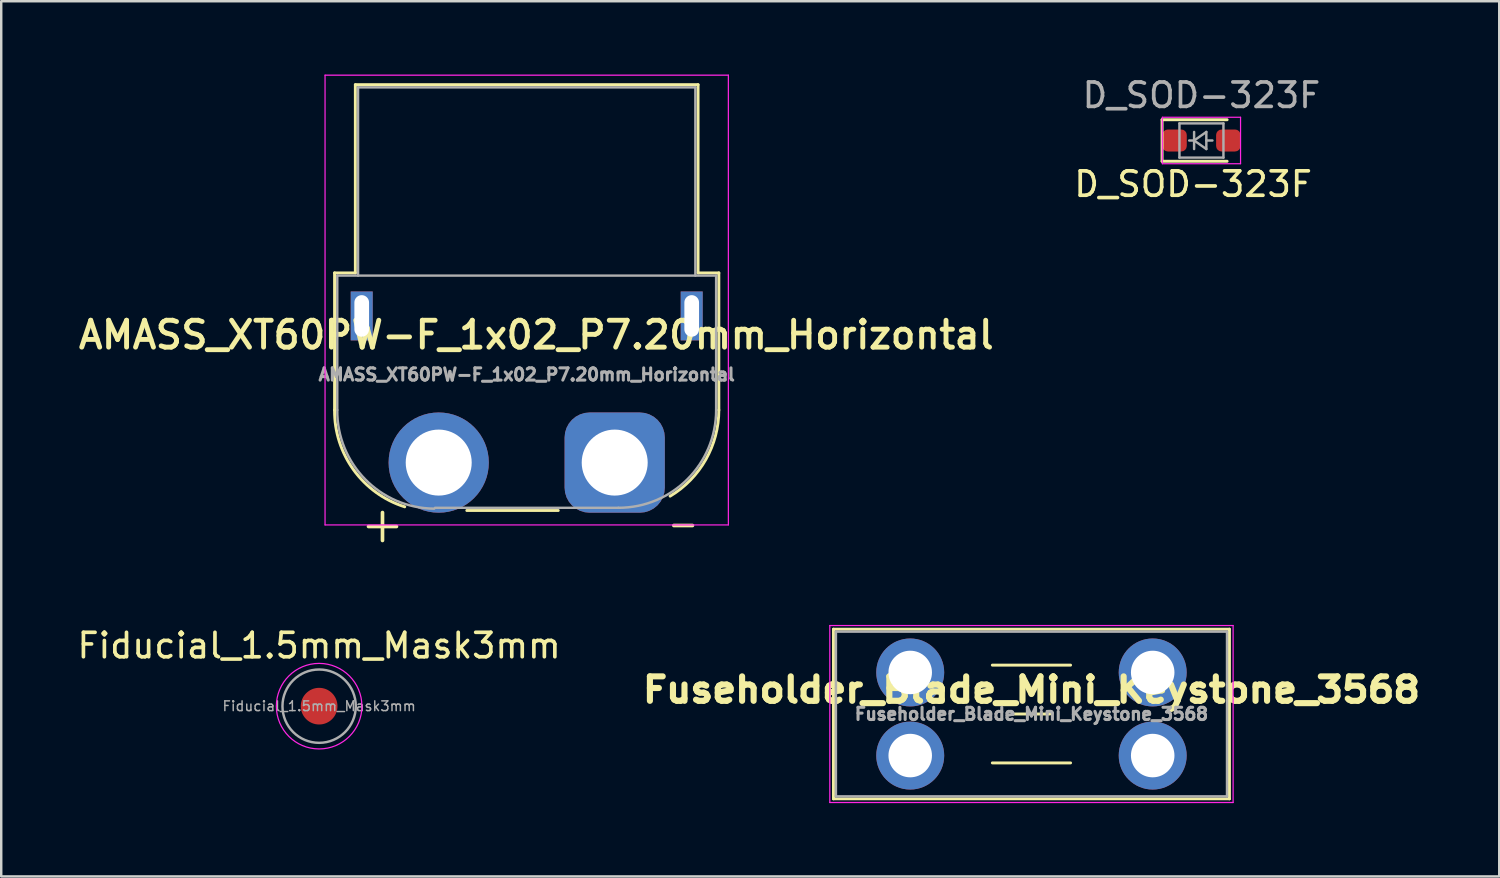
<source format=kicad_pcb>
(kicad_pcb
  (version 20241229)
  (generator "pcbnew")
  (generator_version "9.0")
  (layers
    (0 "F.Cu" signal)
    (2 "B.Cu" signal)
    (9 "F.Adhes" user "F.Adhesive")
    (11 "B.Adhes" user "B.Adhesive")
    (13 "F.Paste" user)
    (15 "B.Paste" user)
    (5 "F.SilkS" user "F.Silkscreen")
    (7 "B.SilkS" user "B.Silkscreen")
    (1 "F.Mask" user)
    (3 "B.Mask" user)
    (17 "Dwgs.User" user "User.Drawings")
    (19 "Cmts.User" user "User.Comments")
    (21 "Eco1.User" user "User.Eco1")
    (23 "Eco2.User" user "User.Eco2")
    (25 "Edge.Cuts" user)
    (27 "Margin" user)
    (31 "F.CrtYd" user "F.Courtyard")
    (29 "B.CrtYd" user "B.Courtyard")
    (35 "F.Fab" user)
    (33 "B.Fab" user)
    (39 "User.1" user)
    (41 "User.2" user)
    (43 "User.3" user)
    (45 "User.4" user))
  (footprint "Fiducial_1.5mm_Mask3mm"
    (layer "F.Cu")
    (at 10.006 25.84)
    (property "Reference" "Fiducial_1.5mm_Mask3mm" (at 0 -2.477 0) (layer "F.SilkS") (effects (font (size 1 1) (thickness 0.15))))
    (attr smd exclude_from_bom)
    (fp_circle (center 0 0) (end 1.75 0) (stroke (width 0.05) (type solid)) (fill no) (layer "F.CrtYd"))
    (fp_circle (center 0 0) (end 1.5 0) (stroke (width 0.1) (type solid)) (fill no) (layer "F.Fab"))
    (fp_text user "${REFERENCE}" (at 0 0 0) (layer "F.Fab") (effects (font (size 0.4 0.4) (thickness 0.06))))
    (pad "" smd circle (at 0 0) (size 1.5 1.5) (layers "F.Cu" "F.Mask")))
  (footprint "Fuseholder_Blade_Mini_Keystone_3568"
    (layer "F.Cu")
    (at 34.188 24.461)
    (property "Reference" "Fuseholder_Blade_Mini_Keystone_3568" (at 4.96 0.71 180) (layer "F.SilkS") (effects (font (size 1 1.1) (thickness 0.25))))
    (attr through_hole)
    (fp_line (start -3.14 -1.77) (end -3.14 5.17) (stroke (width 0.12) (type solid)) (layer "F.SilkS"))
    (fp_line (start -3.14 5.17) (end 13.06 5.17) (stroke (width 0.12) (type solid)) (layer "F.SilkS"))
    (fp_line (start 3.36 -0.3) (end 6.56 -0.3) (stroke (width 0.12) (type solid)) (layer "F.SilkS"))
    (fp_line (start 4.21 1.7) (end 5.71 1.7) (stroke (width 0.12) (type solid)) (layer "F.SilkS"))
    (fp_line (start 6.56 3.7) (end 3.36 3.7) (stroke (width 0.12) (type solid)) (layer "F.SilkS"))
    (fp_line (start 13.06 -1.77) (end -3.14 -1.77) (stroke (width 0.12) (type solid)) (layer "F.SilkS"))
    (fp_line (start 13.06 5.17) (end 13.06 -1.77) (stroke (width 0.12) (type solid)) (layer "F.SilkS"))
    (fp_line (start -3.29 -1.92) (end -3.29 5.32) (stroke (width 0.05) (type solid)) (layer "F.CrtYd"))
    (fp_line (start -3.29 5.32) (end 13.21 5.32) (stroke (width 0.05) (type solid)) (layer "F.CrtYd"))
    (fp_line (start 13.21 -1.92) (end -3.29 -1.92) (stroke (width 0.05) (type solid)) (layer "F.CrtYd"))
    (fp_line (start 13.21 5.32) (end 13.21 -1.92) (stroke (width 0.05) (type solid)) (layer "F.CrtYd"))
    (fp_line (start -3.04 -1.67) (end -3.04 5.07) (stroke (width 0.1) (type solid)) (layer "F.Fab"))
    (fp_line (start -3.04 5.07) (end 12.96 5.07) (stroke (width 0.1) (type solid)) (layer "F.Fab"))
    (fp_line (start 12.96 -1.67) (end -3.04 -1.67) (stroke (width 0.1) (type solid)) (layer "F.Fab"))
    (fp_line (start 12.96 5.07) (end 12.96 -1.67) (stroke (width 0.1) (type solid)) (layer "F.Fab"))
    (fp_text user "${REFERENCE}" (at 4.96 1.7 180) (layer "F.Fab") (effects (font (size 0.5 0.5) (thickness 0.2))))
    (pad "1" thru_hole circle (at 0 0) (size 2.78 2.78) (drill 1.78) (layers "*.Cu" "*.Mask"))
    (pad "1" thru_hole circle (at 0 3.4) (size 2.78 2.78) (drill 1.78) (layers "*.Cu" "*.Mask"))
    (pad "2" thru_hole circle (at 9.92 0) (size 2.78 2.78) (drill 1.78) (layers "*.Cu" "*.Mask"))
    (pad "2" thru_hole circle (at 9.92 3.4) (size 2.78 2.78) (drill 1.78) (layers "*.Cu" "*.Mask")))
  (footprint "D_SOD-323F"
    (layer "F.Cu")
    (at 46.102 2.698)
    (property "Reference" "D_SOD-323F" (at -0.34 1.785 0) (layer "F.SilkS") (effects (font (size 1 1) (thickness 0.15))))
    (attr smd)
    (fp_line (start -1.61 -0.85) (end -1.61 0.85) (stroke (width 0.12) (type solid)) (layer "F.SilkS"))
    (fp_line (start -1.61 -0.85) (end 1.05 -0.85) (stroke (width 0.12) (type solid)) (layer "F.SilkS"))
    (fp_line (start -1.61 0.85) (end 1.05 0.85) (stroke (width 0.12) (type solid)) (layer "F.SilkS"))
    (fp_line (start -1.6 -0.95) (end -1.6 0.95) (stroke (width 0.05) (type solid)) (layer "F.CrtYd"))
    (fp_line (start -1.6 -0.95) (end 1.6 -0.95) (stroke (width 0.05) (type solid)) (layer "F.CrtYd"))
    (fp_line (start -1.6 0.95) (end 1.6 0.95) (stroke (width 0.05) (type solid)) (layer "F.CrtYd"))
    (fp_line (start 1.6 -0.95) (end 1.6 0.95) (stroke (width 0.05) (type solid)) (layer "F.CrtYd"))
    (fp_line (start -0.9 -0.7) (end 0.9 -0.7) (stroke (width 0.1) (type solid)) (layer "F.Fab"))
    (fp_line (start -0.9 0.7) (end -0.9 -0.7) (stroke (width 0.1) (type solid)) (layer "F.Fab"))
    (fp_line (start -0.3 -0.35) (end -0.3 0.35) (stroke (width 0.1) (type solid)) (layer "F.Fab"))
    (fp_line (start -0.3 0) (end -0.5 0) (stroke (width 0.1) (type solid)) (layer "F.Fab"))
    (fp_line (start -0.3 0) (end 0.2 -0.35) (stroke (width 0.1) (type solid)) (layer "F.Fab"))
    (fp_line (start 0.2 -0.35) (end 0.2 0.35) (stroke (width 0.1) (type solid)) (layer "F.Fab"))
    (fp_line (start 0.2 0) (end 0.45 0) (stroke (width 0.1) (type solid)) (layer "F.Fab"))
    (fp_line (start 0.2 0.35) (end -0.3 0) (stroke (width 0.1) (type solid)) (layer "F.Fab"))
    (fp_line (start 0.9 -0.7) (end 0.9 0.7) (stroke (width 0.1) (type solid)) (layer "F.Fab"))
    (fp_line (start 0.9 0.7) (end -0.9 0.7) (stroke (width 0.1) (type solid)) (layer "F.Fab"))
    (fp_text user "${REFERENCE}" (at 0 -1.85 0) (layer "F.Fab") (effects (font (size 1 1) (thickness 0.15))))
    (pad "1" smd roundrect (at -1.1 0) (size 1 0.9) (layers "F.Cu" "F.Mask" "F.Paste") (roundrect_rratio 0.25))
    (pad "2" smd roundrect (at 1.1 0) (size 1 0.9) (layers "F.Cu" "F.Mask" "F.Paste") (roundrect_rratio 0.25)))
  (footprint "AMASS_XT60PW-F_1x02_P7.20mm_Horizontal"
    (layer "F.Cu")
    (at 22.098 15.875)
    (property "Reference" "AMASS_XT60PW-F_1x02_P7.20mm_Horizontal" (at -3.208 -5.222 0) (layer "F.SilkS") (effects (font (size 1.1 1.1) (thickness 0.2) (bold yes))))
    (attr through_hole)
    (fp_line (start -11.46 -7.76) (end -11.46 -2.15) (stroke (width 0.12) (type solid)) (layer "F.SilkS"))
    (fp_line (start -11.46 -7.76) (end -10.61 -7.76) (stroke (width 0.12) (type solid)) (layer "F.SilkS"))
    (fp_line (start -10.61 -15.46) (end -10.61 -7.76) (stroke (width 0.12) (type solid)) (layer "F.SilkS"))
    (fp_line (start -10.61 -15.46) (end 3.41 -15.46) (stroke (width 0.12) (type solid)) (layer "F.SilkS"))
    (fp_line (start -6.05 1.96) (end -2.31 1.96) (stroke (width 0.12) (type solid)) (layer "F.SilkS"))
    (fp_line (start 3.41 -15.46) (end 3.41 -7.76) (stroke (width 0.12) (type solid)) (layer "F.SilkS"))
    (fp_line (start 3.41 -7.76) (end 4.26 -7.76) (stroke (width 0.12) (type solid)) (layer "F.SilkS"))
    (fp_line (start 4.26 -7.76) (end 4.26 -2.15) (stroke (width 0.12) (type solid)) (layer "F.SilkS"))
    (fp_arc (start -8.5899 1.808718) (mid -10.677645 0.302568) (end -11.46 -2.15) (stroke (width 0.12) (type solid)) (layer "F.SilkS"))
    (fp_arc (start 4.26 -2.15) (mid 3.727162 -0.126139) (end 2.266806 1.372958) (stroke (width 0.12) (type solid)) (layer "F.SilkS"))
    (fp_line (start -11.85 -15.85) (end -11.85 2.55) (stroke (width 0.05) (type solid)) (layer "F.CrtYd"))
    (fp_line (start -11.85 -15.85) (end 4.65 -15.85) (stroke (width 0.05) (type solid)) (layer "F.CrtYd"))
    (fp_line (start 4.65 2.55) (end -11.85 2.55) (stroke (width 0.05) (type solid)) (layer "F.CrtYd"))
    (fp_line (start 4.65 2.55) (end 4.65 -15.85) (stroke (width 0.05) (type solid)) (layer "F.CrtYd"))
    (fp_line (start -11.35 -7.65) (end -11.35 -2.15) (stroke (width 0.1) (type solid)) (layer "F.Fab"))
    (fp_line (start -11.35 -7.65) (end 4.15 -7.65) (stroke (width 0.1) (type solid)) (layer "F.Fab"))
    (fp_line (start -10.5 -15.35) (end 3.3 -15.35) (stroke (width 0.1) (type solid)) (layer "F.Fab"))
    (fp_line (start -10.5 -7.65) (end -10.5 -15.35) (stroke (width 0.1) (type solid)) (layer "F.Fab"))
    (fp_line (start -7.35 1.85) (end 0.15 1.85) (stroke (width 0.1) (type solid)) (layer "F.Fab"))
    (fp_line (start 3.3 -7.65) (end 3.3 -15.35) (stroke (width 0.1) (type solid)) (layer "F.Fab"))
    (fp_line (start 4.15 -7.65) (end 4.15 -2.15) (stroke (width 0.1) (type solid)) (layer "F.Fab"))
    (fp_arc (start -7.385 1.885) (mid -10.203176 0.688678) (end -11.35 -2.15) (stroke (width 0.1) (type solid)) (layer "F.Fab"))
    (fp_arc (start 4.15 -2.15) (mid 2.978427 0.678427) (end 0.15 1.85) (stroke (width 0.1) (type solid)) (layer "F.Fab"))
    (fp_text user "+" (at -9.5 2.5 0) (layer "F.SilkS") (effects (font (size 1.5 1.5) (thickness 0.15))))
    (fp_text user "-" (at 2.8 2.5 0) (layer "F.SilkS") (effects (font (size 1 1) (thickness 0.15))))
    (fp_text user "${REFERENCE}" (at -3.6 -3.6 0) (layer "F.Fab") (effects (font (size 0.5 0.5) (thickness 0.2))))
    (pad "" thru_hole rect (at -10.35 -6) (size 0.9 2) (drill oval 0.6 1.7) (layers "*.Cu" "*.Mask"))
    (pad "" thru_hole rect (at 3.15 -6) (size 0.9 2) (drill oval 0.6 1.7) (layers "*.Cu" "*.Mask"))
    (pad "1" thru_hole roundrect (at 0 0) (size 4.1 4.1) (drill 2.7) (layers "*.Cu" "*.Mask") (roundrect_rratio 0.25))
    (pad "2" thru_hole circle (at -7.2 0) (size 4.1 4.1) (drill 2.7) (layers "*.Cu" "*.Mask")))
  (gr_rect
    (start -3 -3)
    (end 58.285 32.806)
    (stroke (width 0.1) (type default))
    (fill no)
    (layer "Edge.Cuts")))
</source>
